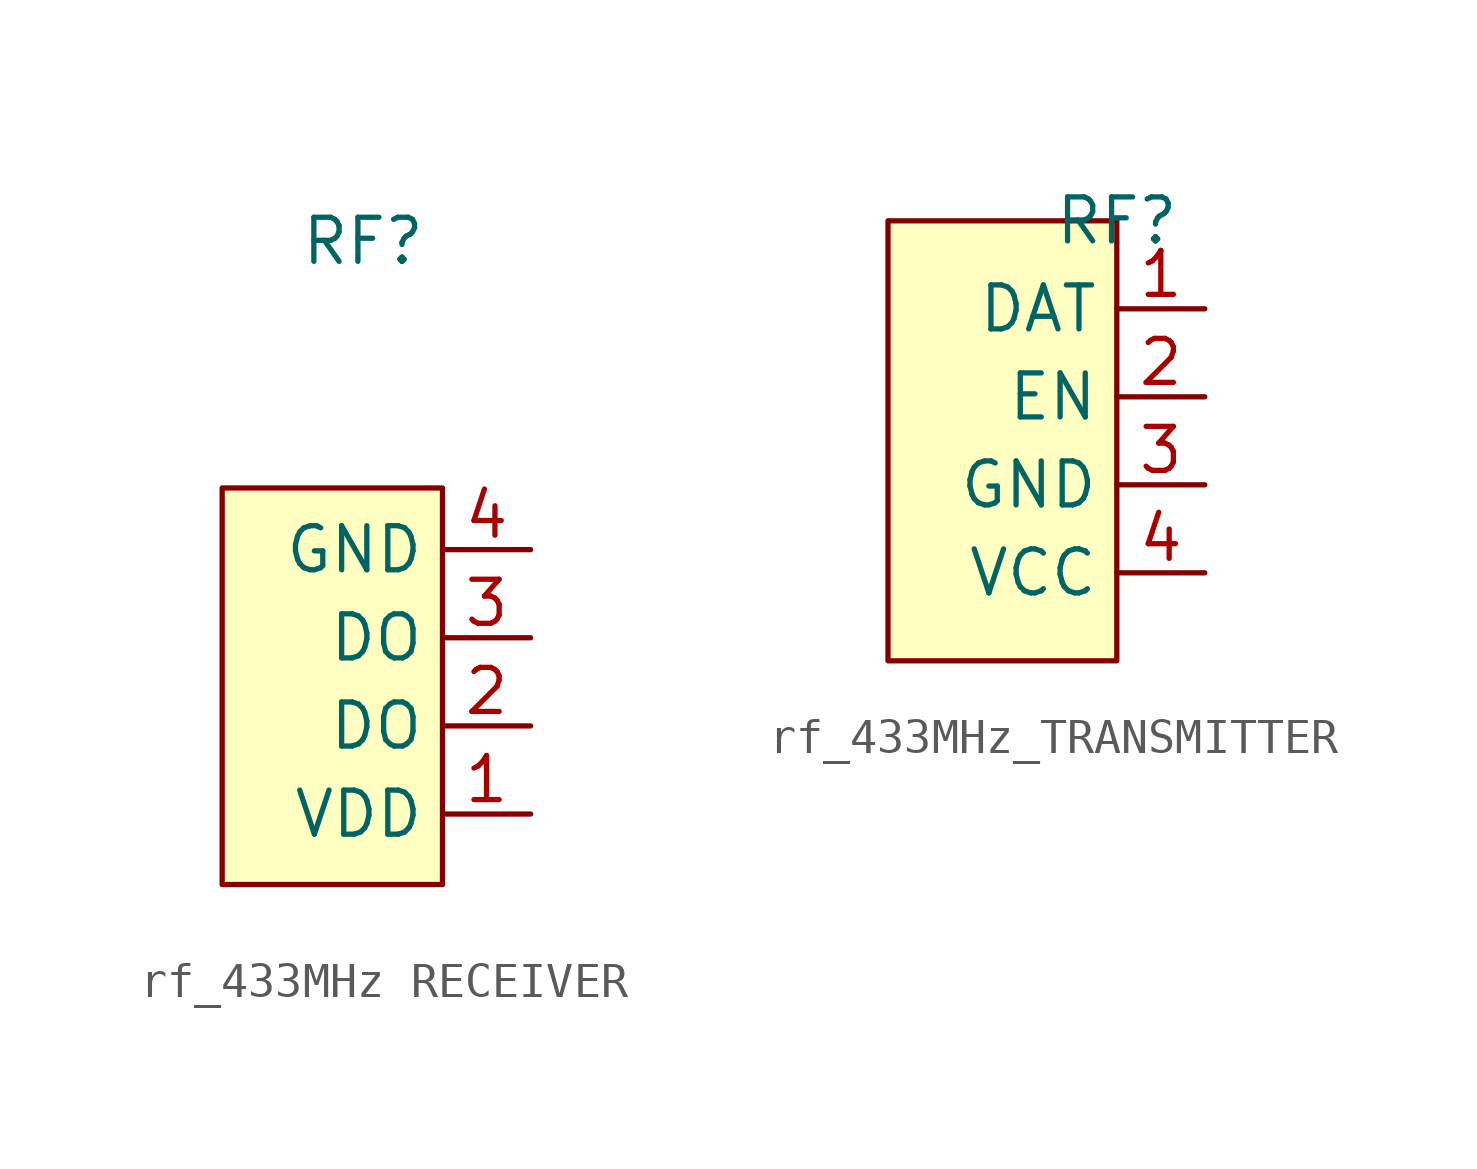
<source format=kicad_sym>
(kicad_symbol_lib
  (version 20241209)
  (generator "kicad_symbol_editor")
  (generator_version "9.0")
  (symbol "rf_433MHz RECEIVER"
    (property "Reference" "RF"
      (at -2.286 2.54 0)
      (effects (font (size 1.27 1.27))))
    (property "Value" ""
      (at 0 0 0)
      (effects (font (size 1.27 1.27))))
    (symbol "rf_433MHz RECEIVER_1_1"
      (rectangle (start -6.35 -4.572) (end 0 -16.002) (stroke (width 0) (type solid)) (fill (type background)))
      (pin passive line (at 2.54 -6.35 180) (length 2.54) (name "GND" (effects (font (size 1.27 1.27)))) (number "4" (effects (font (size 1.27 1.27)))))
      (pin output line (at 2.54 -8.89 180) (length 2.54) (name "DO" (effects (font (size 1.27 1.27)))) (number "3" (effects (font (size 1.27 1.27)))))
      (pin output line (at 2.54 -11.43 180) (length 2.54) (name "DO" (effects (font (size 1.27 1.27)))) (number "2" (effects (font (size 1.27 1.27)))))
      (pin power_in line (at 2.54 -13.97 180) (length 2.54) (name "VDD" (effects (font (size 1.27 1.27)))) (number "1" (effects (font (size 1.27 1.27)))))))
  (symbol "rf_433MHz_TRANSMITTER"
    (property "Reference" "RF"
      (at 0 0 0)
      (effects (font (size 1.27 1.27))))
    (property "Value" ""
      (at 0 0 0)
      (effects (font (size 1.27 1.27))))
    (symbol "rf_433MHz_TRANSMITTER_1_1"
      (rectangle (start -6.604 0) (end 0 -12.7) (stroke (width 0) (type solid)) (fill (type background)))
      (pin input line (at 2.54 -2.54 180) (length 2.54) (name "DAT" (effects (font (size 1.27 1.27)))) (number "1" (effects (font (size 1.27 1.27)))))
      (pin input line (at 2.54 -5.08 180) (length 2.54) (name "EN" (effects (font (size 1.27 1.27)))) (number "2" (effects (font (size 1.27 1.27)))))
      (pin input line (at 2.54 -7.62 180) (length 2.54) (name "GND" (effects (font (size 1.27 1.27)))) (number "3" (effects (font (size 1.27 1.27)))))
      (pin input line (at 2.54 -10.16 180) (length 2.54) (name "VCC" (effects (font (size 1.27 1.27)))) (number "4" (effects (font (size 1.27 1.27))))))))
</source>
